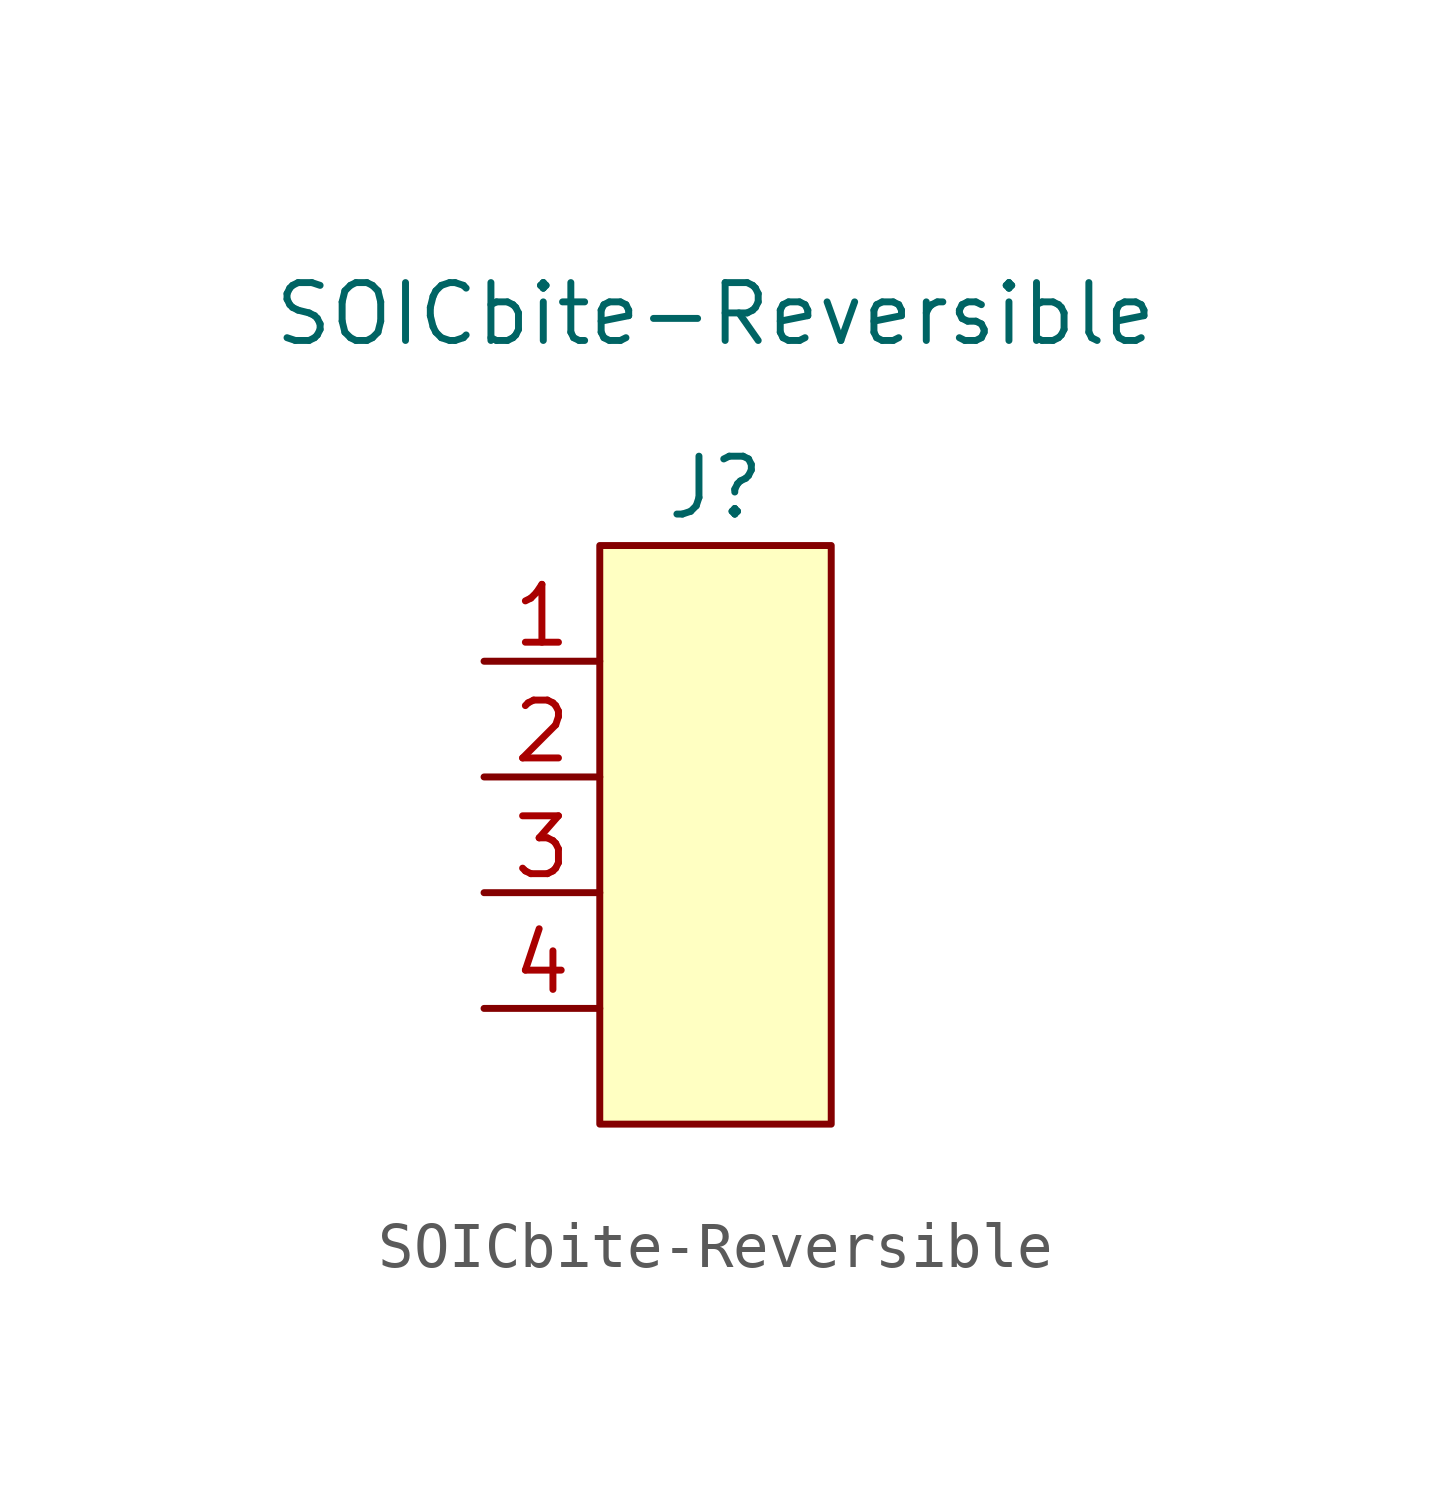
<source format=kicad_sym>
(kicad_symbol_lib
  (version 20211014)
  (generator kicad_symbol_editor)
  (symbol "SOICbite-Reversible"
    (property "Reference" "J"
      (at 0 7.62 0)
      (effects (font (size 1.27 1.27))))
    (property "Value" "SOICbite-Reversible"
      (at 0 11.43 0)
      (effects (font (size 1.27 1.27))))
    (symbol "SOICbite-Reversible_0_0"
      (pin passive line (at -5.08 3.81 0) (length 2.54) (name "" (effects (font (size 1.27 1.27)))) (number "1" (effects (font (size 1.27 1.27)))))
      (pin passive line (at -5.08 1.27 0) (length 2.54) (name "" (effects (font (size 1.27 1.27)))) (number "2" (effects (font (size 1.27 1.27)))))
      (pin passive line (at -5.08 -1.27 0) (length 2.54) (name "" (effects (font (size 1.27 1.27)))) (number "3" (effects (font (size 1.27 1.27)))))
      (pin passive line (at -5.08 -3.81 0) (length 2.54) (name "" (effects (font (size 1.27 1.27)))) (number "4" (effects (font (size 1.27 1.27)))))
      (pin passive line (at -5.08 3.81 0) (length 2.54) hide (name "" (effects (font (size 1.27 1.27)))) (number "5" (effects (font (size 1.27 1.27)))))
      (pin passive line (at -5.08 1.27 0) (length 2.54) hide (name "" (effects (font (size 1.27 1.27)))) (number "6" (effects (font (size 1.27 1.27)))))
      (pin passive line (at -5.08 -1.27 0) (length 2.54) hide (name "" (effects (font (size 1.27 1.27)))) (number "7" (effects (font (size 1.27 1.27)))))
      (pin passive line (at -5.08 -3.81 0) (length 2.54) hide (name "" (effects (font (size 1.27 1.27)))) (number "8" (effects (font (size 1.27 1.27))))))
    (symbol "SOICbite-Reversible_0_1"
      (rectangle (start -2.54 6.35) (end 2.54 -6.35) (stroke (width 0) (type default) (color 0 0 0 0)) (fill (type background))))))
</source>
